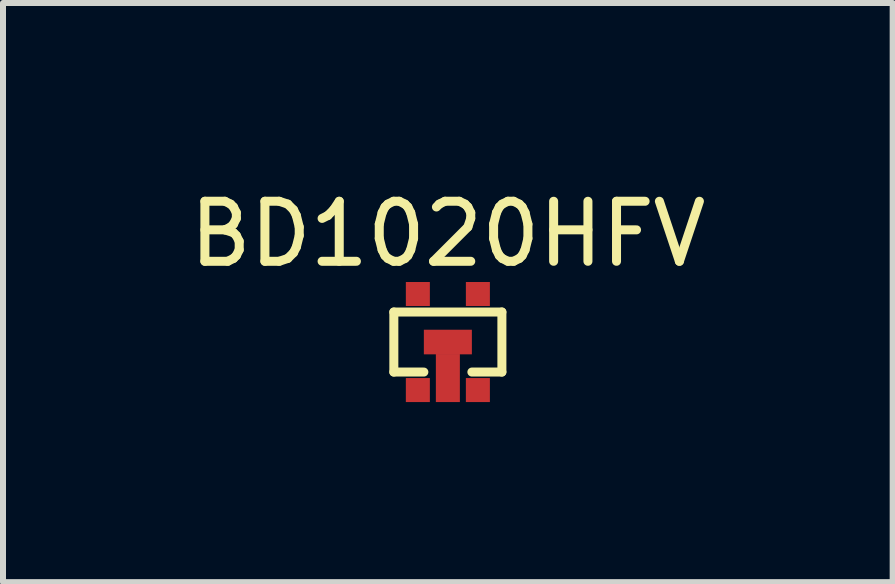
<source format=kicad_pcb>
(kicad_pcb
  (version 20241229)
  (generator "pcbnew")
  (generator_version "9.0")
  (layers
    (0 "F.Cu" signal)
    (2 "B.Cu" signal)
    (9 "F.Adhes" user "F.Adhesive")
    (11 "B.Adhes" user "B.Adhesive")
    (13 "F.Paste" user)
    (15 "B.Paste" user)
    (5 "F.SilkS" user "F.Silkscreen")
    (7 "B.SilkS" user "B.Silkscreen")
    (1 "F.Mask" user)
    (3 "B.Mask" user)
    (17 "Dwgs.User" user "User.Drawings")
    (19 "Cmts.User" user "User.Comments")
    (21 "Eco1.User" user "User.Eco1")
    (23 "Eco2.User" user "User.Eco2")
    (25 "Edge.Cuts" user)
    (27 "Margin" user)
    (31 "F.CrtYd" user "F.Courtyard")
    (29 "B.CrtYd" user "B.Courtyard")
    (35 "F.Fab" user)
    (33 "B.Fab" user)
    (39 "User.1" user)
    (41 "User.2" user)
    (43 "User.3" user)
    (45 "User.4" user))
  (footprint "BD1020HFV"
    (layer "F.Cu")
    (at 4.411 2.648)
    (property "Reference" "BD1020HFV" (at 0 -1.8 0) (layer "F.SilkS") (effects (font (size 1 1) (thickness 0.15))))
    (attr through_hole)
    (fp_line (start -0.9 -0.5) (end -0.9 0.5) (stroke (width 0.15) (type solid)) (layer "F.SilkS"))
    (fp_line (start -0.9 -0.5) (end 0.9 -0.5) (stroke (width 0.15) (type solid)) (layer "F.SilkS"))
    (fp_line (start -0.9 0.5) (end -0.4 0.5) (stroke (width 0.15) (type solid)) (layer "F.SilkS"))
    (fp_line (start 0.9 -0.5) (end 0.9 0.5) (stroke (width 0.15) (type solid)) (layer "F.SilkS"))
    (fp_line (start 0.9 0.5) (end 0.4 0.5) (stroke (width 0.15) (type solid)) (layer "F.SilkS"))
    (pad "1" smd rect (at -0.5 0.8) (size 0.4 0.4) (layers "F.Cu" "F.Mask" "F.Paste"))
    (pad "2" smd rect (at 0 0) (size 0.8 0.41) (layers "F.Cu" "F.Mask" "F.Paste"))
    (pad "2" smd rect (at 0 0.6) (size 0.4 0.8) (layers "F.Cu" "F.Mask" "F.Paste"))
    (pad "3" smd rect (at 0.5 0.8) (size 0.4 0.4) (layers "F.Cu" "F.Mask" "F.Paste"))
    (pad "4" smd rect (at 0.5 -0.8) (size 0.4 0.4) (layers "F.Cu" "F.Mask" "F.Paste"))
    (pad "5" smd rect (at -0.5 -0.8) (size 0.4 0.4) (layers "F.Cu" "F.Mask" "F.Paste")))
  (gr_rect
    (start -3 -3)
    (end 11.821 6.648)
    (stroke (width 0.1) (type default))
    (fill no)
    (layer "Edge.Cuts")))
</source>
